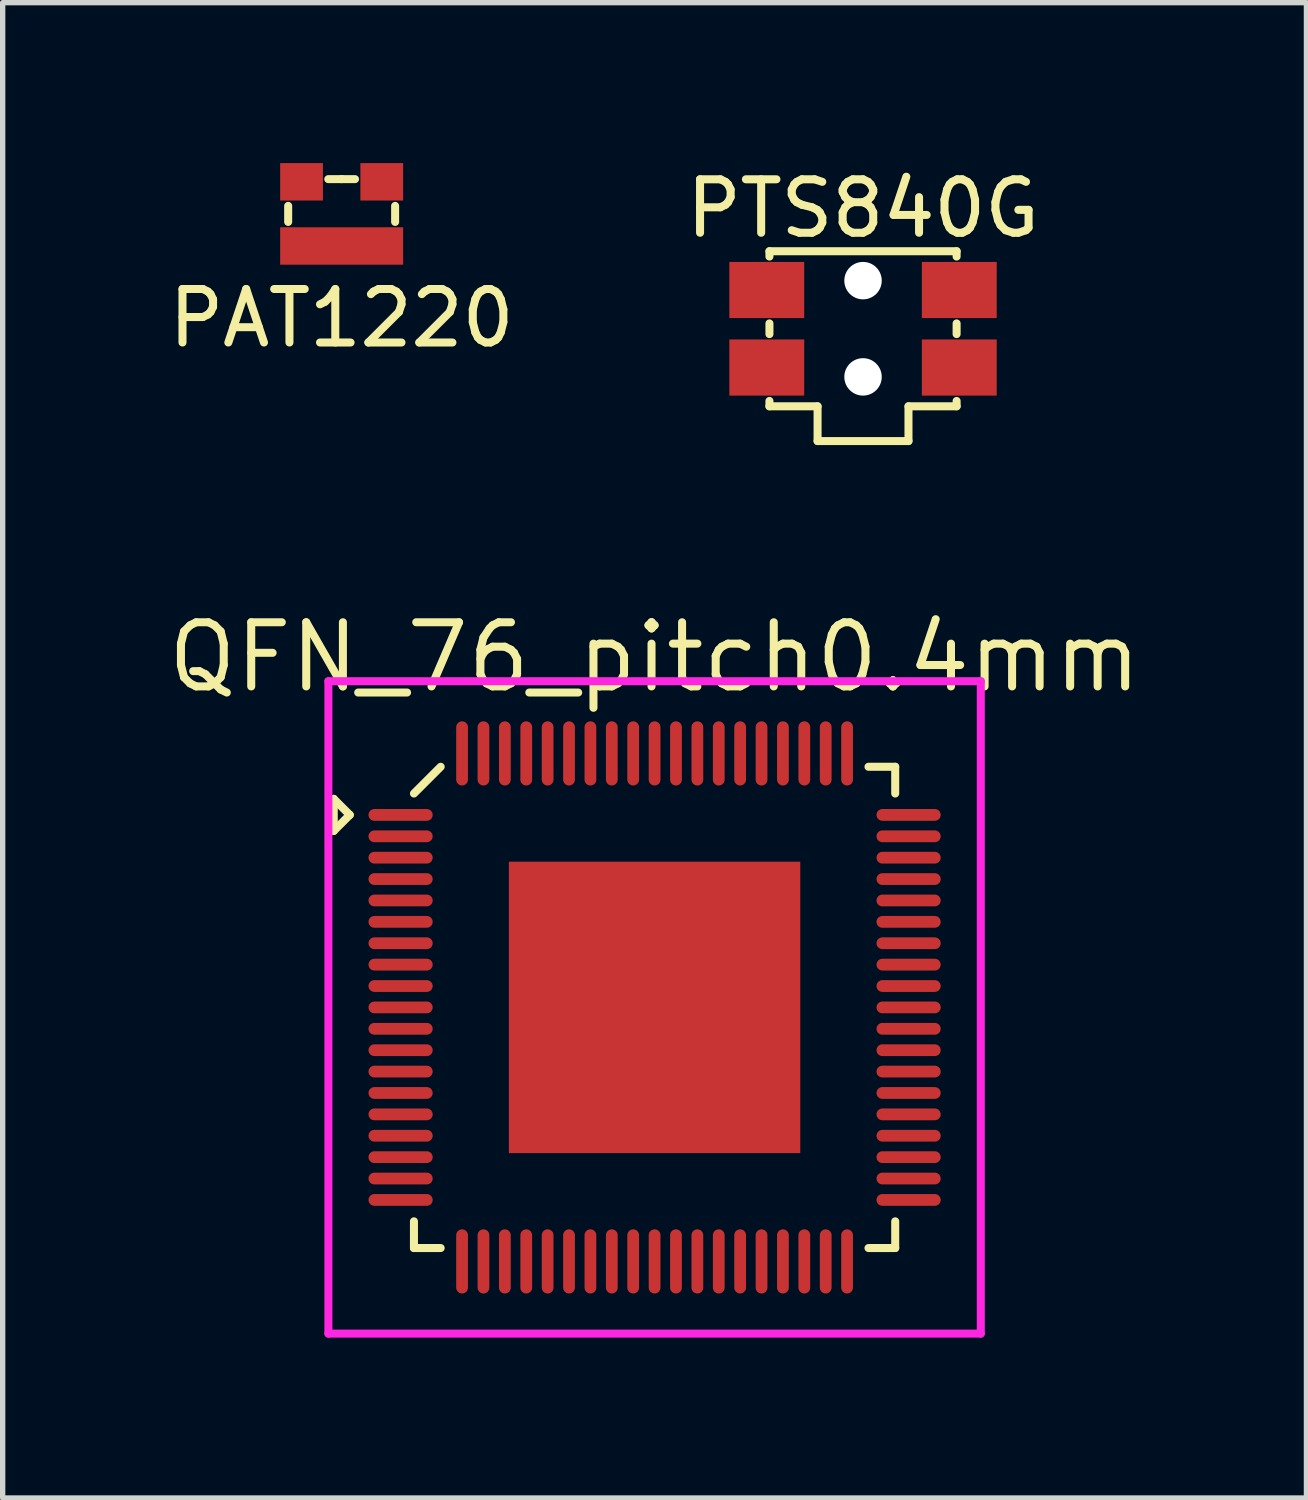
<source format=kicad_pcb>
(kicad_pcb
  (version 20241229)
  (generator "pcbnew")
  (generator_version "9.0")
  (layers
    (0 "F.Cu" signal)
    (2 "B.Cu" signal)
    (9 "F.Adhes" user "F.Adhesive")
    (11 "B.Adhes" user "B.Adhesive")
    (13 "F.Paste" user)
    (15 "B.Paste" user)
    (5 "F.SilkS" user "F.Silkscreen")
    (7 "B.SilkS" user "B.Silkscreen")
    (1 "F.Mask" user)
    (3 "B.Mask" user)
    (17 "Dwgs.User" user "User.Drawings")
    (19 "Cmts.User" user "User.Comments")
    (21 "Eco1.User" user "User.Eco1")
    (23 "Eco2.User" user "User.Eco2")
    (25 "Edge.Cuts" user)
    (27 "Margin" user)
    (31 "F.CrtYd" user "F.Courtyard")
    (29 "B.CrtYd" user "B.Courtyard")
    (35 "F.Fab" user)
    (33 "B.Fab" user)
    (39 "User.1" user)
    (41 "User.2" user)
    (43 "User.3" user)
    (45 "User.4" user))
  (footprint "QFN_76_pitch0.4mm"
    (layer "F.Cu")
    (at 9.191 15.789)
    (property "Reference" "QFN_76_pitch0.4mm" (at 0 -6.55 0) (layer "F.SilkS") (effects (font (size 1.2 1.2) (thickness 0.15))))
    (attr through_hole)
    (fp_line (start -6 -3.9) (end -6 -3.3) (stroke (width 0.15) (type solid)) (layer "F.SilkS"))
    (fp_line (start -6 -3.3) (end -5.7 -3.6) (stroke (width 0.15) (type solid)) (layer "F.SilkS"))
    (fp_line (start -5.7 -3.6) (end -6 -3.9) (stroke (width 0.15) (type solid)) (layer "F.SilkS"))
    (fp_line (start -4.5 -4) (end -4 -4.5) (stroke (width 0.15) (type solid)) (layer "F.SilkS"))
    (fp_line (start -4.5 4.5) (end -4.5 4) (stroke (width 0.15) (type solid)) (layer "F.SilkS"))
    (fp_line (start -4 4.5) (end -4.5 4.5) (stroke (width 0.15) (type solid)) (layer "F.SilkS"))
    (fp_line (start 4 -4.5) (end 4.5 -4.5) (stroke (width 0.15) (type solid)) (layer "F.SilkS"))
    (fp_line (start 4 4.5) (end 4.5 4.5) (stroke (width 0.15) (type solid)) (layer "F.SilkS"))
    (fp_line (start 4.5 -4.5) (end 4.5 -4) (stroke (width 0.15) (type solid)) (layer "F.SilkS"))
    (fp_line (start 4.5 4.5) (end 4.5 4) (stroke (width 0.15) (type solid)) (layer "F.SilkS"))
    (fp_line (start -6.1 -6.1) (end 6.1 -6.1) (stroke (width 0.15) (type solid)) (layer "F.CrtYd"))
    (fp_line (start -6.1 6.1) (end -6.1 -6.1) (stroke (width 0.15) (type solid)) (layer "F.CrtYd"))
    (fp_line (start 6.1 -6.1) (end 6.1 6.1) (stroke (width 0.15) (type solid)) (layer "F.CrtYd"))
    (fp_line (start 6.1 6.1) (end -6.1 6.1) (stroke (width 0.15) (type solid)) (layer "F.CrtYd"))
    (pad "1" smd oval (at -4.75 -3.6 90) (size 0.22 1.2) (layers "F.Cu" "F.Mask" "F.Paste"))
    (pad "2" smd oval (at -4.75 -3.2 90) (size 0.22 1.2) (layers "F.Cu" "F.Mask" "F.Paste"))
    (pad "3" smd oval (at -4.75 -2.8 90) (size 0.22 1.2) (layers "F.Cu" "F.Mask" "F.Paste"))
    (pad "4" smd oval (at -4.75 -2.4 90) (size 0.22 1.2) (layers "F.Cu" "F.Mask" "F.Paste"))
    (pad "5" smd oval (at -4.75 -2 90) (size 0.22 1.2) (layers "F.Cu" "F.Mask" "F.Paste"))
    (pad "6" smd oval (at -4.75 -1.6 90) (size 0.22 1.2) (layers "F.Cu" "F.Mask" "F.Paste"))
    (pad "7" smd oval (at -4.75 -1.2 90) (size 0.22 1.2) (layers "F.Cu" "F.Mask" "F.Paste"))
    (pad "8" smd oval (at -4.75 -0.8 90) (size 0.22 1.2) (layers "F.Cu" "F.Mask" "F.Paste"))
    (pad "9" smd oval (at -4.75 -0.4 90) (size 0.22 1.2) (layers "F.Cu" "F.Mask" "F.Paste"))
    (pad "10" smd oval (at -4.75 0 90) (size 0.22 1.2) (layers "F.Cu" "F.Mask" "F.Paste"))
    (pad "11" smd oval (at -4.75 0.4 90) (size 0.22 1.2) (layers "F.Cu" "F.Mask" "F.Paste"))
    (pad "12" smd oval (at -4.75 0.8 90) (size 0.22 1.2) (layers "F.Cu" "F.Mask" "F.Paste"))
    (pad "13" smd oval (at -4.75 1.2 90) (size 0.22 1.2) (layers "F.Cu" "F.Mask" "F.Paste"))
    (pad "14" smd oval (at -4.75 1.6 90) (size 0.22 1.2) (layers "F.Cu" "F.Mask" "F.Paste"))
    (pad "15" smd oval (at -4.75 2 90) (size 0.22 1.2) (layers "F.Cu" "F.Mask" "F.Paste"))
    (pad "16" smd oval (at -4.75 2.4 90) (size 0.22 1.2) (layers "F.Cu" "F.Mask" "F.Paste"))
    (pad "17" smd oval (at -4.75 2.8 90) (size 0.22 1.2) (layers "F.Cu" "F.Mask" "F.Paste"))
    (pad "18" smd oval (at -4.75 3.2 90) (size 0.22 1.2) (layers "F.Cu" "F.Mask" "F.Paste"))
    (pad "19" smd oval (at -4.75 3.6 90) (size 0.22 1.2) (layers "F.Cu" "F.Mask" "F.Paste"))
    (pad "20" smd oval (at -3.6 4.75) (size 0.22 1.2) (layers "F.Cu" "F.Mask" "F.Paste"))
    (pad "21" smd oval (at -3.2 4.75) (size 0.22 1.2) (layers "F.Cu" "F.Mask" "F.Paste"))
    (pad "22" smd oval (at -2.8 4.75) (size 0.22 1.2) (layers "F.Cu" "F.Mask" "F.Paste"))
    (pad "23" smd oval (at -2.4 4.75) (size 0.22 1.2) (layers "F.Cu" "F.Mask" "F.Paste"))
    (pad "24" smd oval (at -2 4.75) (size 0.22 1.2) (layers "F.Cu" "F.Mask" "F.Paste"))
    (pad "25" smd oval (at -1.6 4.75) (size 0.22 1.2) (layers "F.Cu" "F.Mask" "F.Paste"))
    (pad "26" smd oval (at -1.2 4.75) (size 0.22 1.2) (layers "F.Cu" "F.Mask" "F.Paste"))
    (pad "27" smd oval (at -0.8 4.75) (size 0.22 1.2) (layers "F.Cu" "F.Mask" "F.Paste"))
    (pad "28" smd oval (at -0.4 4.75) (size 0.22 1.2) (layers "F.Cu" "F.Mask" "F.Paste"))
    (pad "29" smd oval (at 0 4.75) (size 0.22 1.2) (layers "F.Cu" "F.Mask" "F.Paste"))
    (pad "30" smd oval (at 0.4 4.75) (size 0.22 1.2) (layers "F.Cu" "F.Mask" "F.Paste"))
    (pad "31" smd oval (at 0.8 4.75) (size 0.22 1.2) (layers "F.Cu" "F.Mask" "F.Paste"))
    (pad "32" smd oval (at 1.2 4.75) (size 0.22 1.2) (layers "F.Cu" "F.Mask" "F.Paste"))
    (pad "33" smd oval (at 1.6 4.75) (size 0.22 1.2) (layers "F.Cu" "F.Mask" "F.Paste"))
    (pad "34" smd oval (at 2 4.75) (size 0.22 1.2) (layers "F.Cu" "F.Mask" "F.Paste"))
    (pad "35" smd oval (at 2.4 4.75) (size 0.22 1.2) (layers "F.Cu" "F.Mask" "F.Paste"))
    (pad "36" smd oval (at 2.8 4.75) (size 0.22 1.2) (layers "F.Cu" "F.Mask" "F.Paste"))
    (pad "37" smd oval (at 3.2 4.75) (size 0.22 1.2) (layers "F.Cu" "F.Mask" "F.Paste"))
    (pad "38" smd oval (at 3.6 4.75) (size 0.22 1.2) (layers "F.Cu" "F.Mask" "F.Paste"))
    (pad "39" smd oval (at 4.75 3.6 90) (size 0.22 1.2) (layers "F.Cu" "F.Mask" "F.Paste"))
    (pad "40" smd oval (at 4.75 3.2 90) (size 0.22 1.2) (layers "F.Cu" "F.Mask" "F.Paste"))
    (pad "41" smd oval (at 4.75 2.8 90) (size 0.22 1.2) (layers "F.Cu" "F.Mask" "F.Paste"))
    (pad "42" smd oval (at 4.75 2.4 90) (size 0.22 1.2) (layers "F.Cu" "F.Mask" "F.Paste"))
    (pad "43" smd oval (at 4.75 2 90) (size 0.22 1.2) (layers "F.Cu" "F.Mask" "F.Paste"))
    (pad "44" smd oval (at 4.75 1.6 90) (size 0.22 1.2) (layers "F.Cu" "F.Mask" "F.Paste"))
    (pad "45" smd oval (at 4.75 1.2 90) (size 0.22 1.2) (layers "F.Cu" "F.Mask" "F.Paste"))
    (pad "46" smd oval (at 4.75 0.8 90) (size 0.22 1.2) (layers "F.Cu" "F.Mask" "F.Paste"))
    (pad "47" smd oval (at 4.75 0.4 90) (size 0.22 1.2) (layers "F.Cu" "F.Mask" "F.Paste"))
    (pad "48" smd oval (at 4.75 0 90) (size 0.22 1.2) (layers "F.Cu" "F.Mask" "F.Paste"))
    (pad "49" smd oval (at 4.75 -0.4 90) (size 0.22 1.2) (layers "F.Cu" "F.Mask" "F.Paste"))
    (pad "50" smd oval (at 4.75 -0.8 90) (size 0.22 1.2) (layers "F.Cu" "F.Mask" "F.Paste"))
    (pad "51" smd oval (at 4.75 -1.2 90) (size 0.22 1.2) (layers "F.Cu" "F.Mask" "F.Paste"))
    (pad "52" smd oval (at 4.75 -1.6 90) (size 0.22 1.2) (layers "F.Cu" "F.Mask" "F.Paste"))
    (pad "53" smd oval (at 4.75 -2 90) (size 0.22 1.2) (layers "F.Cu" "F.Mask" "F.Paste"))
    (pad "54" smd oval (at 4.75 -2.4 90) (size 0.22 1.2) (layers "F.Cu" "F.Mask" "F.Paste"))
    (pad "55" smd oval (at 4.75 -2.8 90) (size 0.22 1.2) (layers "F.Cu" "F.Mask" "F.Paste"))
    (pad "56" smd oval (at 4.75 -3.2 90) (size 0.22 1.2) (layers "F.Cu" "F.Mask" "F.Paste"))
    (pad "57" smd oval (at 4.75 -3.6 90) (size 0.22 1.2) (layers "F.Cu" "F.Mask" "F.Paste"))
    (pad "58" smd oval (at 3.6 -4.75) (size 0.22 1.2) (layers "F.Cu" "F.Mask" "F.Paste"))
    (pad "59" smd oval (at 3.2 -4.75) (size 0.22 1.2) (layers "F.Cu" "F.Mask" "F.Paste"))
    (pad "60" smd oval (at 2.8 -4.75) (size 0.22 1.2) (layers "F.Cu" "F.Mask" "F.Paste"))
    (pad "61" smd oval (at 2.4 -4.75) (size 0.22 1.2) (layers "F.Cu" "F.Mask" "F.Paste"))
    (pad "62" smd oval (at 2 -4.75) (size 0.22 1.2) (layers "F.Cu" "F.Mask" "F.Paste"))
    (pad "63" smd oval (at 1.6 -4.75) (size 0.22 1.2) (layers "F.Cu" "F.Mask" "F.Paste"))
    (pad "64" smd oval (at 1.2 -4.75) (size 0.22 1.2) (layers "F.Cu" "F.Mask" "F.Paste"))
    (pad "65" smd oval (at 0.8 -4.75) (size 0.22 1.2) (layers "F.Cu" "F.Mask" "F.Paste"))
    (pad "66" smd oval (at 0.4 -4.75) (size 0.22 1.2) (layers "F.Cu" "F.Mask" "F.Paste"))
    (pad "67" smd oval (at 0 -4.75) (size 0.22 1.2) (layers "F.Cu" "F.Mask" "F.Paste"))
    (pad "68" smd oval (at -0.4 -4.75) (size 0.22 1.2) (layers "F.Cu" "F.Mask" "F.Paste"))
    (pad "69" smd oval (at -0.8 -4.75) (size 0.22 1.2) (layers "F.Cu" "F.Mask" "F.Paste"))
    (pad "70" smd oval (at -1.2 -4.75) (size 0.22 1.2) (layers "F.Cu" "F.Mask" "F.Paste"))
    (pad "71" smd oval (at -1.6 -4.75) (size 0.22 1.2) (layers "F.Cu" "F.Mask" "F.Paste"))
    (pad "72" smd oval (at -2 -4.75) (size 0.22 1.2) (layers "F.Cu" "F.Mask" "F.Paste"))
    (pad "73" smd oval (at -2.4 -4.75) (size 0.22 1.2) (layers "F.Cu" "F.Mask" "F.Paste"))
    (pad "74" smd oval (at -2.8 -4.75) (size 0.22 1.2) (layers "F.Cu" "F.Mask" "F.Paste"))
    (pad "75" smd oval (at -3.2 -4.75) (size 0.22 1.2) (layers "F.Cu" "F.Mask" "F.Paste"))
    (pad "76" smd oval (at -3.6 -4.75) (size 0.22 1.2) (layers "F.Cu" "F.Mask" "F.Paste"))
    (pad "77" smd rect (at 0 0) (size 5.45 5.45) (layers "F.Cu" "F.Mask" "F.Paste")))
  (footprint "PTS840G"
    (layer "F.Cu")
    (at 13.089 3.098)
    (property "Reference" "PTS840G" (at 0 -2.25 0) (layer "F.SilkS") (effects (font (size 1 1) (thickness 0.15))))
    (attr through_hole)
    (fp_line (start -1.75 -1.45) (end -1.75 -1.35) (stroke (width 0.15) (type solid)) (layer "F.SilkS"))
    (fp_line (start -1.75 0.1) (end -1.75 -0.1) (stroke (width 0.15) (type solid)) (layer "F.SilkS"))
    (fp_line (start -1.75 1.45) (end -1.75 1.35) (stroke (width 0.15) (type solid)) (layer "F.SilkS"))
    (fp_line (start -0.85 1.45) (end -1.75 1.45) (stroke (width 0.15) (type solid)) (layer "F.SilkS"))
    (fp_line (start -0.85 1.45) (end -0.85 2.1) (stroke (width 0.15) (type solid)) (layer "F.SilkS"))
    (fp_line (start -0.85 2.1) (end 0.85 2.1) (stroke (width 0.15) (type solid)) (layer "F.SilkS"))
    (fp_line (start 0.85 2.1) (end 0.85 1.45) (stroke (width 0.15) (type solid)) (layer "F.SilkS"))
    (fp_line (start 1.75 -1.45) (end -1.75 -1.45) (stroke (width 0.15) (type solid)) (layer "F.SilkS"))
    (fp_line (start 1.75 -1.45) (end 1.75 -1.35) (stroke (width 0.15) (type solid)) (layer "F.SilkS"))
    (fp_line (start 1.75 -0.1) (end 1.75 0.1) (stroke (width 0.15) (type solid)) (layer "F.SilkS"))
    (fp_line (start 1.75 1.35) (end 1.75 1.45) (stroke (width 0.15) (type solid)) (layer "F.SilkS"))
    (fp_line (start 1.75 1.45) (end 0.85 1.45) (stroke (width 0.15) (type solid)) (layer "F.SilkS"))
    (pad "" np_thru_hole circle (at 0 -0.9) (size 0.7 0.7) (drill 0.7) (layers "*.Cu" "*.Mask"))
    (pad "" np_thru_hole circle (at 0 0.9) (size 0.7 0.7) (drill 0.7) (layers "*.Cu" "*.Mask"))
    (pad "1" smd rect (at -1.8 -0.725) (size 1.4 1.05) (layers "F.Cu" "F.Mask" "F.Paste"))
    (pad "1" smd rect (at 1.8 -0.725) (size 1.4 1.05) (layers "F.Cu" "F.Mask" "F.Paste"))
    (pad "2" smd rect (at -1.8 0.725) (size 1.4 1.05) (layers "F.Cu" "F.Mask" "F.Paste"))
    (pad "2" smd rect (at 1.8 0.725) (size 1.4 1.05) (layers "F.Cu" "F.Mask" "F.Paste")))
  (footprint "PAT1220"
    (layer "F.Cu")
    (at 3.339 0.95)
    (property "Reference" "PAT1220" (at 0 1.95 0) (layer "F.SilkS") (effects (font (size 1 1) (thickness 0.15))))
    (attr through_hole)
    (fp_line (start -1 -0.15) (end -1 0.15) (stroke (width 0.15) (type solid)) (layer "F.SilkS"))
    (fp_line (start 0 -0.65) (end -0.25 -0.65) (stroke (width 0.15) (type solid)) (layer "F.SilkS"))
    (fp_line (start 0 -0.65) (end 0.25 -0.65) (stroke (width 0.15) (type solid)) (layer "F.SilkS"))
    (fp_line (start 1 0.15) (end 1 -0.15) (stroke (width 0.15) (type solid)) (layer "F.SilkS"))
    (pad "1" smd rect (at -0.75 -0.6) (size 0.8 0.7) (layers "F.Cu" "F.Mask" "F.Paste"))
    (pad "2" smd rect (at 0.75 -0.6) (size 0.8 0.7) (layers "F.Cu" "F.Mask" "F.Paste"))
    (pad "3" smd rect (at 0 0.6) (size 2.3 0.7) (layers "F.Cu" "F.Mask" "F.Paste")))
  (gr_rect
    (start -3 -3)
    (end 21.381 24.963)
    (stroke (width 0.1) (type default))
    (fill no)
    (layer "Edge.Cuts")))
</source>
